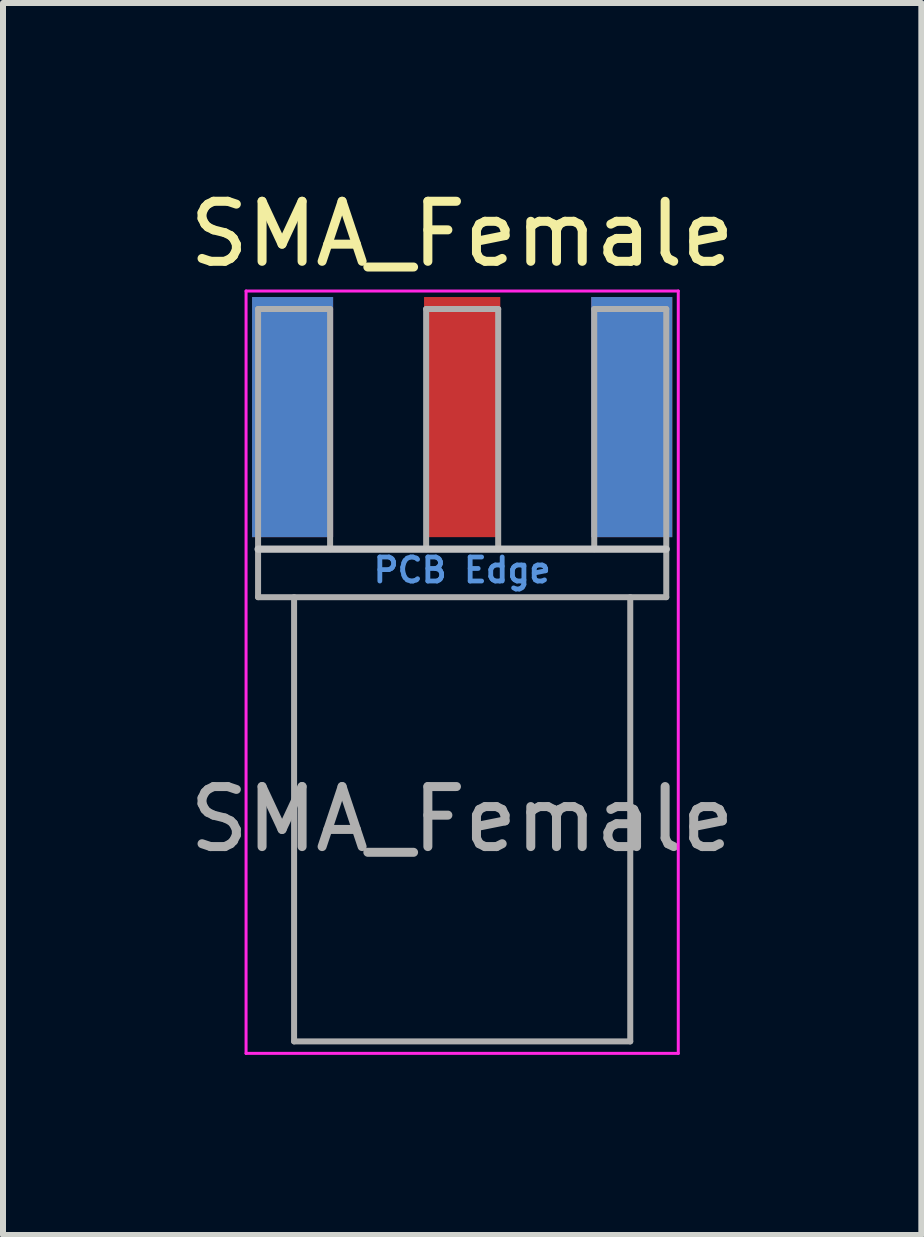
<source format=kicad_pcb>
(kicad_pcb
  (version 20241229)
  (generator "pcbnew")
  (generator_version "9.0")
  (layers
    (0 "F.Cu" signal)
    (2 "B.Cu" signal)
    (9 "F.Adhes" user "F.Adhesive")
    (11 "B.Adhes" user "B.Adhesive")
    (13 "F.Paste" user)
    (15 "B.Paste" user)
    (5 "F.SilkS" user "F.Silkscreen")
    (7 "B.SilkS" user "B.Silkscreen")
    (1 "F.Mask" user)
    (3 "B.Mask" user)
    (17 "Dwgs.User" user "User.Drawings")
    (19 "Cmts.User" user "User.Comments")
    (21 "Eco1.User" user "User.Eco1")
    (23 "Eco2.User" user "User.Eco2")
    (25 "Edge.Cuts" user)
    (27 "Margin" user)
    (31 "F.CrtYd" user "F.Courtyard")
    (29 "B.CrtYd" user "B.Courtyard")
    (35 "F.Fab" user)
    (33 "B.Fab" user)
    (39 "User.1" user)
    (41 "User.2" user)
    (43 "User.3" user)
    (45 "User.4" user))
  (footprint "SMA_Female"
    (layer "F.Cu")
    (at 4.649 6.098)
    (property "Reference" "SMA_Female" (at 0 -5.25 0) (unlocked yes) (layer "F.SilkS") (effects (font (size 1 1) (thickness 0.15))))
    (attr smd)
    (fp_line (start -3.4 0) (end 3.4 0) (stroke (width 0.12) (type solid)) (layer "Dwgs.User"))
    (fp_line (start -3.6 -4.3) (end -3.6 8.4) (stroke (width 0.05) (type solid)) (layer "F.CrtYd"))
    (fp_line (start -3.6 8.4) (end 3.6 8.4) (stroke (width 0.05) (type solid)) (layer "F.CrtYd"))
    (fp_line (start 3.6 -4.3) (end -3.6 -4.3) (stroke (width 0.05) (type solid)) (layer "F.CrtYd"))
    (fp_line (start 3.6 8.4) (end 3.6 -4.3) (stroke (width 0.05) (type solid)) (layer "F.CrtYd"))
    (fp_line (start -3.4 -4) (end -3.4 0) (stroke (width 0.1) (type solid)) (layer "F.Fab"))
    (fp_line (start -3.4 0) (end -3.4 0.8) (stroke (width 0.1) (type solid)) (layer "F.Fab"))
    (fp_line (start -3.4 0) (end 3.4 0) (stroke (width 0.1) (type solid)) (layer "F.Fab"))
    (fp_line (start -3.4 0.8) (end 3.4 0.8) (stroke (width 0.1) (type solid)) (layer "F.Fab"))
    (fp_line (start -2.8 0.8) (end -2.8 8.2) (stroke (width 0.1) (type solid)) (layer "F.Fab"))
    (fp_line (start -2.8 8.2) (end 2.8 8.2) (stroke (width 0.1) (type solid)) (layer "F.Fab"))
    (fp_line (start -2.2 -4) (end -3.4 -4) (stroke (width 0.1) (type solid)) (layer "F.Fab"))
    (fp_line (start -2.2 0) (end -2.2 -4) (stroke (width 0.1) (type solid)) (layer "F.Fab"))
    (fp_line (start -0.6 -4) (end -0.6 0) (stroke (width 0.1) (type solid)) (layer "F.Fab"))
    (fp_line (start 0.6 -4) (end -0.6 -4) (stroke (width 0.1) (type solid)) (layer "F.Fab"))
    (fp_line (start 0.6 0) (end 0.6 -4) (stroke (width 0.1) (type solid)) (layer "F.Fab"))
    (fp_line (start 2.2 -4) (end 2.2 0) (stroke (width 0.1) (type solid)) (layer "F.Fab"))
    (fp_line (start 2.8 8.2) (end 2.8 0.8) (stroke (width 0.1) (type solid)) (layer "F.Fab"))
    (fp_line (start 3.4 -4) (end 2.2 -4) (stroke (width 0.1) (type solid)) (layer "F.Fab"))
    (fp_line (start 3.4 0.8) (end 3.4 -4) (stroke (width 0.1) (type solid)) (layer "F.Fab"))
    (fp_text user "PCB Edge" (at 0 0.35 0) (unlocked yes) (layer "Cmts.User") (effects (font (size 0.4 0.4) (thickness 0.08))))
    (fp_text user "${REFERENCE}" (at 0 4.5 0) (unlocked yes) (layer "F.Fab") (effects (font (size 1 1) (thickness 0.15))))
    (pad "1" smd rect (at 0 -2.2) (size 1.27 4) (layers "F.Cu" "F.Mask"))
    (pad "2" smd rect (at -2.825 -2.2) (size 1.35 4) (layers "F.Cu" "F.Mask"))
    (pad "2" smd rect (at -2.825 -2.2) (size 1.35 4) (layers "B.Cu" "B.Mask"))
    (pad "2" smd rect (at 2.825 -2.2) (size 1.35 4) (layers "F.Cu" "F.Mask"))
    (pad "2" smd rect (at 2.825 -2.2) (size 1.35 4) (layers "B.Cu" "B.Mask")))
  (gr_rect
    (start -3 -3)
    (end 12.298 17.523)
    (stroke (width 0.1) (type default))
    (fill no)
    (layer "Edge.Cuts")))
</source>
